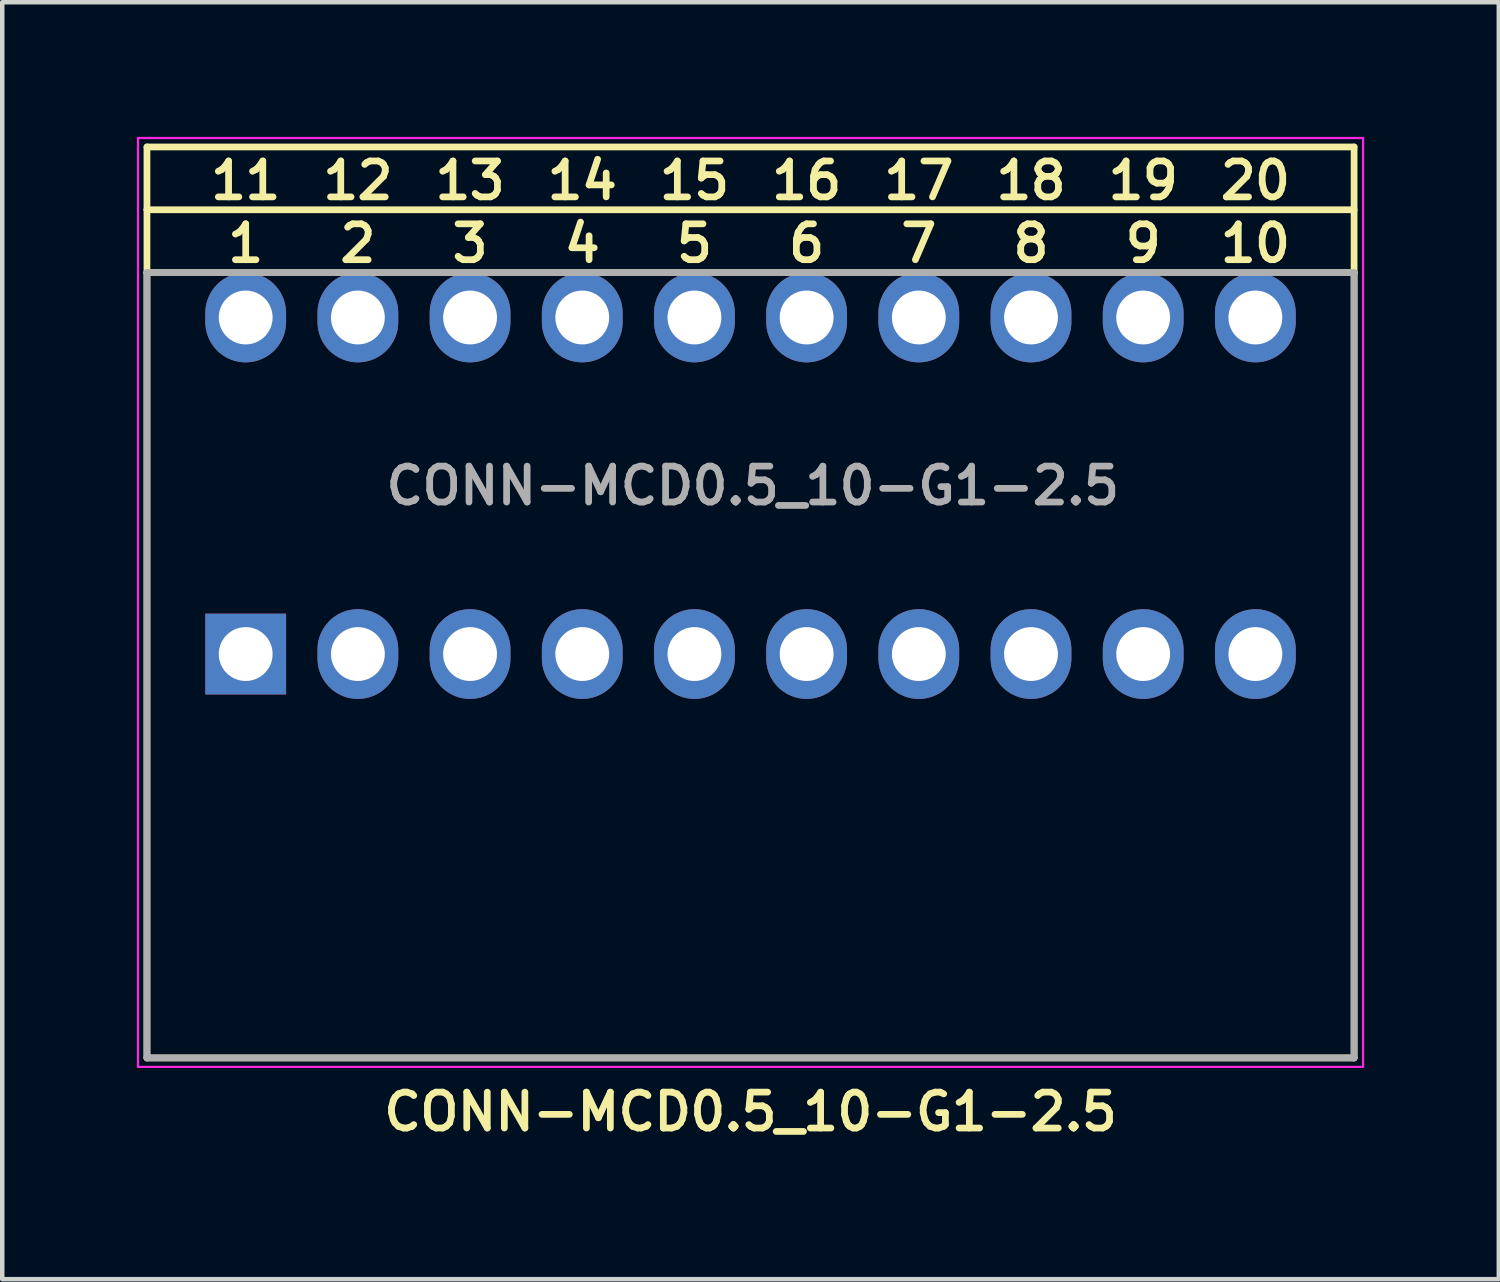
<source format=kicad_pcb>
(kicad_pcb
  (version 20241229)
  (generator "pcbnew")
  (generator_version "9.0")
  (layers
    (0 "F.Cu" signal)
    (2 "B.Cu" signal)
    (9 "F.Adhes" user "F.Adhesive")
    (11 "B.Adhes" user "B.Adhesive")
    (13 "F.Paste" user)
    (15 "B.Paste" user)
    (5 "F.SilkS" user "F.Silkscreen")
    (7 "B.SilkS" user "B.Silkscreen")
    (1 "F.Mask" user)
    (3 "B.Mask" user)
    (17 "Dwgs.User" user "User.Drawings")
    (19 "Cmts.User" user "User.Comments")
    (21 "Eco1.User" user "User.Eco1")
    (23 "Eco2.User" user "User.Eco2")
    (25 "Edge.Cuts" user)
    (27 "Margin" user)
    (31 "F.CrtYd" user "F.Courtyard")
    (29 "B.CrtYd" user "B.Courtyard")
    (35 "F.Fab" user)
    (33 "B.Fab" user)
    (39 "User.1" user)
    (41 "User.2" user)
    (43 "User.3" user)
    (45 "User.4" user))
  (footprint "CONN-MCD0.5_10-G1-2.5"
    (layer "F.Cu")
    (at 13.675 11.775)
    (property "Reference" "CONN-MCD0.5_10-G1-2.5" (at 0 9.95 0) (layer "F.SilkS") (effects (font (size 0.8 0.8) (thickness 0.15))))
    (attr through_hole)
    (fp_line (start -13.45 -11.55) (end -13.45 -10.15) (stroke (width 0.15) (type solid)) (layer "F.SilkS"))
    (fp_line (start -13.45 -11.55) (end 13.45 -11.55) (stroke (width 0.15) (type solid)) (layer "F.SilkS"))
    (fp_line (start -13.45 -10.15) (end -13.45 -8.75) (stroke (width 0.15) (type solid)) (layer "F.SilkS"))
    (fp_line (start -13.45 -10.15) (end 13.45 -10.15) (stroke (width 0.15) (type solid)) (layer "F.SilkS"))
    (fp_line (start -13.45 -8.75) (end 13.45 -8.75) (stroke (width 0.15) (type solid)) (layer "F.SilkS"))
    (fp_line (start -13.45 8.75) (end -13.45 -8.75) (stroke (width 0.15) (type solid)) (layer "F.SilkS"))
    (fp_line (start 13.45 -8.75) (end 13.45 -11.55) (stroke (width 0.15) (type solid)) (layer "F.SilkS"))
    (fp_line (start 13.45 -8.75) (end 13.45 8.75) (stroke (width 0.15) (type solid)) (layer "F.SilkS"))
    (fp_line (start 13.45 8.75) (end -13.45 8.75) (stroke (width 0.15) (type solid)) (layer "F.SilkS"))
    (fp_line (start -13.65 -11.75) (end 13.65 -11.75) (stroke (width 0.05) (type solid)) (layer "F.CrtYd"))
    (fp_line (start -13.65 8.95) (end -13.65 -11.75) (stroke (width 0.05) (type solid)) (layer "F.CrtYd"))
    (fp_line (start 13.65 -11.75) (end 13.65 8.95) (stroke (width 0.05) (type solid)) (layer "F.CrtYd"))
    (fp_line (start 13.65 8.95) (end -13.65 8.95) (stroke (width 0.05) (type solid)) (layer "F.CrtYd"))
    (fp_line (start -13.45 -8.75) (end 13.45 -8.75) (stroke (width 0.15) (type solid)) (layer "F.Fab"))
    (fp_line (start -13.45 8.75) (end -13.45 -8.75) (stroke (width 0.15) (type solid)) (layer "F.Fab"))
    (fp_line (start 13.45 -8.75) (end 13.45 8.75) (stroke (width 0.15) (type solid)) (layer "F.Fab"))
    (fp_line (start 13.45 8.75) (end -13.45 8.75) (stroke (width 0.15) (type solid)) (layer "F.Fab"))
    (fp_text user "4" (at -3.75 -9.4 0) (layer "F.SilkS") (effects (font (size 0.8 0.8) (thickness 0.15))))
    (fp_text user "13" (at -6.25 -10.8 0) (layer "F.SilkS") (effects (font (size 0.8 0.8) (thickness 0.15))))
    (fp_text user "18" (at 6.25 -10.8 0) (layer "F.SilkS") (effects (font (size 0.8 0.8) (thickness 0.15))))
    (fp_text user "6" (at 1.25 -9.4 0) (layer "F.SilkS") (effects (font (size 0.8 0.8) (thickness 0.15))))
    (fp_text user "8" (at 6.25 -9.4 0) (layer "F.SilkS") (effects (font (size 0.8 0.8) (thickness 0.15))))
    (fp_text user "3" (at -6.25 -9.4 0) (layer "F.SilkS") (effects (font (size 0.8 0.8) (thickness 0.15))))
    (fp_text user "16" (at 1.25 -10.8 0) (layer "F.SilkS") (effects (font (size 0.8 0.8) (thickness 0.15))))
    (fp_text user "5" (at -1.25 -9.4 0) (layer "F.SilkS") (effects (font (size 0.8 0.8) (thickness 0.15))))
    (fp_text user "1" (at -11.25 -9.4 0) (layer "F.SilkS") (effects (font (size 0.8 0.8) (thickness 0.15))))
    (fp_text user "14" (at -3.75 -10.8 0) (layer "F.SilkS") (effects (font (size 0.8 0.8) (thickness 0.15))))
    (fp_text user "17" (at 3.75 -10.8 0) (layer "F.SilkS") (effects (font (size 0.8 0.8) (thickness 0.15))))
    (fp_text user "15" (at -1.25 -10.8 0) (layer "F.SilkS") (effects (font (size 0.8 0.8) (thickness 0.15))))
    (fp_text user "9" (at 8.75 -9.4 0) (layer "F.SilkS") (effects (font (size 0.8 0.8) (thickness 0.15))))
    (fp_text user "10" (at 11.25 -9.4 0) (layer "F.SilkS") (effects (font (size 0.8 0.8) (thickness 0.15))))
    (fp_text user "11" (at -11.25 -10.8 0) (layer "F.SilkS") (effects (font (size 0.8 0.8) (thickness 0.15))))
    (fp_text user "2" (at -8.75 -9.4 0) (layer "F.SilkS") (effects (font (size 0.8 0.8) (thickness 0.15))))
    (fp_text user "12" (at -8.75 -10.8 0) (layer "F.SilkS") (effects (font (size 0.8 0.8) (thickness 0.15))))
    (fp_text user "7" (at 3.75 -9.4 0) (layer "F.SilkS") (effects (font (size 0.8 0.8) (thickness 0.15))))
    (fp_text user "19" (at 8.75 -10.8 0) (layer "F.SilkS") (effects (font (size 0.8 0.8) (thickness 0.15))))
    (fp_text user "20" (at 11.25 -10.8 0) (layer "F.SilkS") (effects (font (size 0.8 0.8) (thickness 0.15))))
    (fp_text user "${REFERENCE}" (at 0.05 -4 0) (layer "F.Fab") (effects (font (size 0.8 0.8) (thickness 0.15))))
    (pad "1" thru_hole rect (at -11.25 -0.25) (size 1.8 1.8) (drill 1.2) (layers "*.Cu" "*.Mask"))
    (pad "2" thru_hole oval (at -8.75 -0.25) (size 1.8 2) (drill 1.2) (layers "*.Cu" "*.Mask"))
    (pad "3" thru_hole oval (at -6.25 -0.25) (size 1.8 2) (drill 1.2) (layers "*.Cu" "*.Mask"))
    (pad "4" thru_hole oval (at -3.75 -0.25) (size 1.8 2) (drill 1.2) (layers "*.Cu" "*.Mask"))
    (pad "5" thru_hole oval (at -1.25 -0.25) (size 1.8 2) (drill 1.2) (layers "*.Cu" "*.Mask"))
    (pad "6" thru_hole oval (at 1.25 -0.25) (size 1.8 2) (drill 1.2) (layers "*.Cu" "*.Mask"))
    (pad "7" thru_hole oval (at 3.75 -0.25) (size 1.8 2) (drill 1.2) (layers "*.Cu" "*.Mask"))
    (pad "8" thru_hole oval (at 6.25 -0.25) (size 1.8 2) (drill 1.2) (layers "*.Cu" "*.Mask"))
    (pad "9" thru_hole oval (at 8.75 -0.25) (size 1.8 2) (drill 1.2) (layers "*.Cu" "*.Mask"))
    (pad "10" thru_hole oval (at 11.25 -0.25) (size 1.8 2) (drill 1.2) (layers "*.Cu" "*.Mask"))
    (pad "11" thru_hole oval (at -11.25 -7.75) (size 1.8 2) (drill 1.2) (layers "*.Cu" "*.Mask"))
    (pad "12" thru_hole oval (at -8.75 -7.75) (size 1.8 2) (drill 1.2) (layers "*.Cu" "*.Mask"))
    (pad "13" thru_hole oval (at -6.25 -7.75) (size 1.8 2) (drill 1.2) (layers "*.Cu" "*.Mask"))
    (pad "14" thru_hole oval (at -3.75 -7.75) (size 1.8 2) (drill 1.2) (layers "*.Cu" "*.Mask"))
    (pad "15" thru_hole oval (at -1.25 -7.75) (size 1.8 2) (drill 1.2) (layers "*.Cu" "*.Mask"))
    (pad "16" thru_hole oval (at 1.25 -7.75) (size 1.8 2) (drill 1.2) (layers "*.Cu" "*.Mask"))
    (pad "17" thru_hole oval (at 3.75 -7.75) (size 1.8 2) (drill 1.2) (layers "*.Cu" "*.Mask"))
    (pad "18" thru_hole oval (at 6.25 -7.75) (size 1.8 2) (drill 1.2) (layers "*.Cu" "*.Mask"))
    (pad "19" thru_hole oval (at 8.75 -7.75) (size 1.8 2) (drill 1.2) (layers "*.Cu" "*.Mask"))
    (pad "20" thru_hole oval (at 11.25 -7.75) (size 1.8 2) (drill 1.2) (layers "*.Cu" "*.Mask")))
  (gr_rect
    (start -3 -3)
    (end 30.35 25.456)
    (stroke (width 0.1) (type default))
    (fill no)
    (layer "Edge.Cuts")))
</source>
